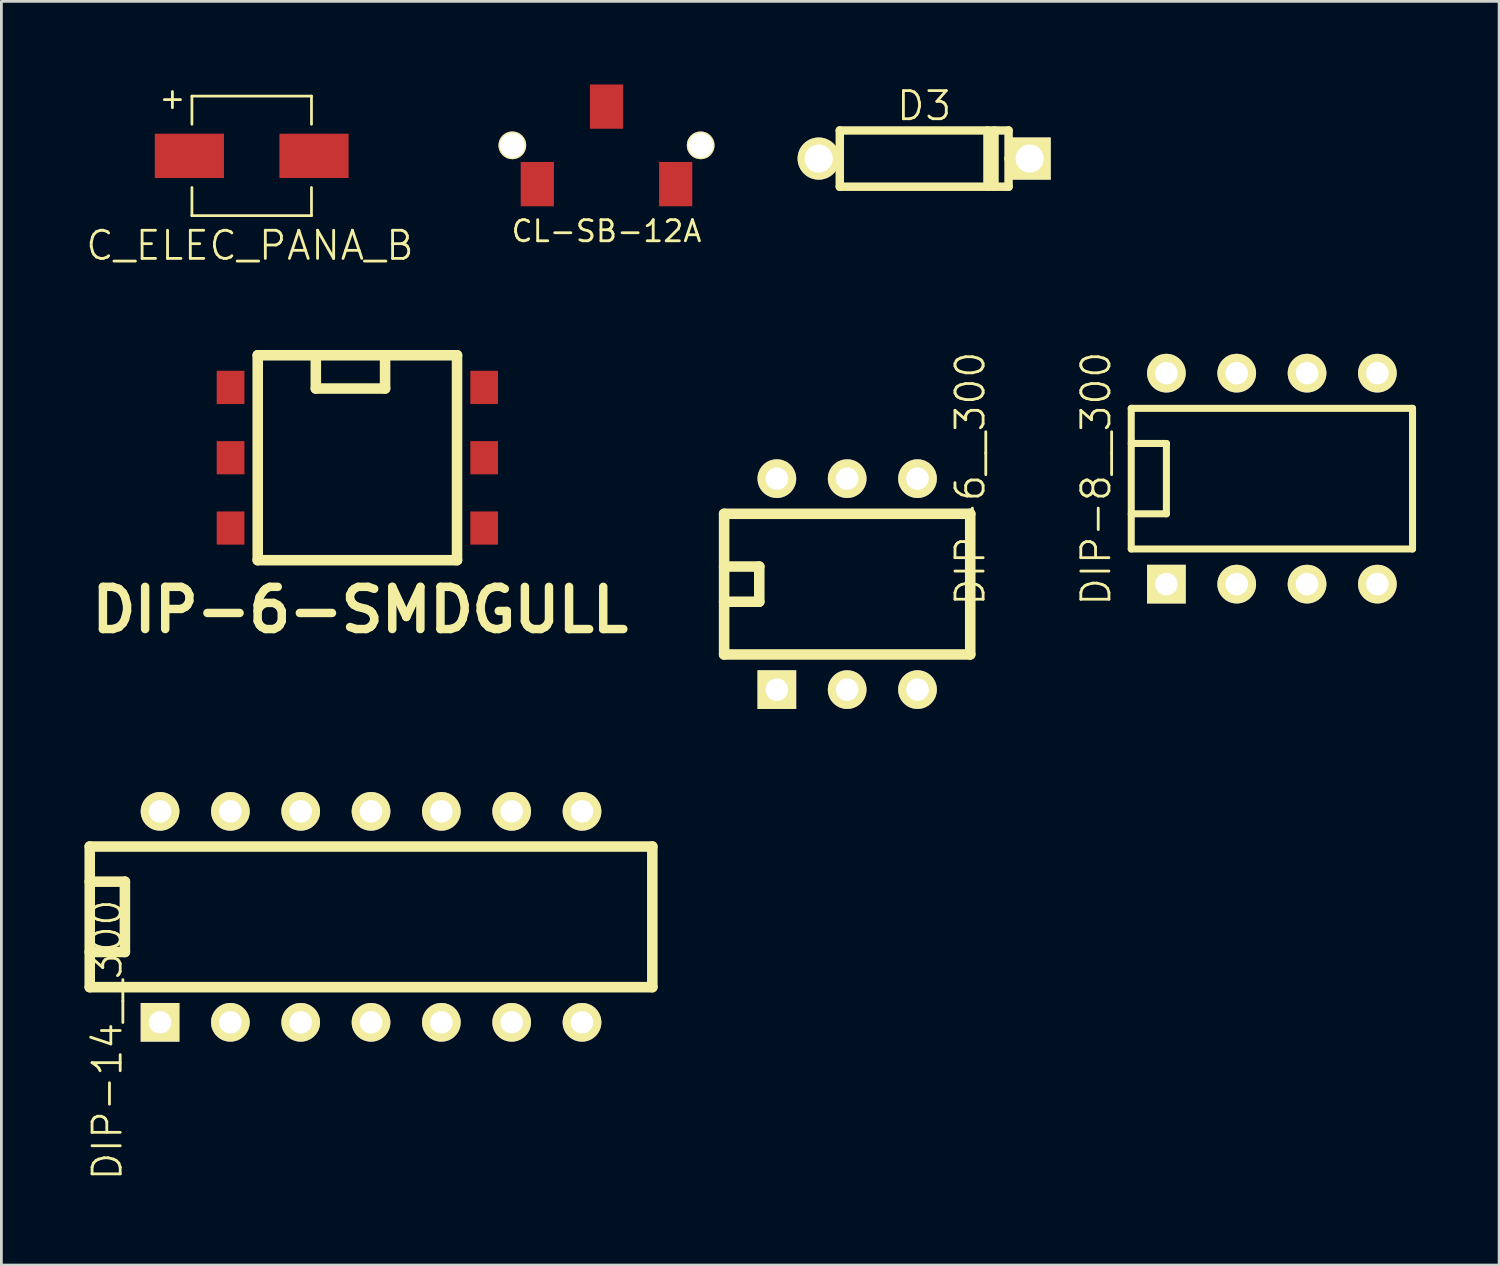
<source format=kicad_pcb>
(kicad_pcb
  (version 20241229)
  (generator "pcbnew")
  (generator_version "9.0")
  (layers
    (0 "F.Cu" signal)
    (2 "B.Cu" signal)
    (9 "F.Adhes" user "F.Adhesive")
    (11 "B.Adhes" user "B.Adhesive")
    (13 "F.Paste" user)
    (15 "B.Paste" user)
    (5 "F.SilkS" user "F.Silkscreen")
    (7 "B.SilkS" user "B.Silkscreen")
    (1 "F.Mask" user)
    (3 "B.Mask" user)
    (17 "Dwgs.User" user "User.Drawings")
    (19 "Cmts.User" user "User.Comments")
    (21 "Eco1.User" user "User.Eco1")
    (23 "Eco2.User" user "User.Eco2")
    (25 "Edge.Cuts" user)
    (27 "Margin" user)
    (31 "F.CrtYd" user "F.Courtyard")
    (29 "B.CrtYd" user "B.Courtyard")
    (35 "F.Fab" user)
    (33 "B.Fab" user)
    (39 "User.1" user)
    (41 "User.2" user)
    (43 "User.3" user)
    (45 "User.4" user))
  (footprint "DIP-6-SMDGULL"
    (layer "F.Cu")
    (at 9.858 13.482)
    (property "Reference" "DIP-6-SMDGULL" (at 0.099 5.499 0) (layer "F.SilkS") (effects (font (size 1.524 1.524) (thickness 0.305))))
    (attr through_hole)
    (fp_line (start -3.599 -3.701) (end 3.599 -3.701) (stroke (width 0.381) (type solid)) (layer "F.SilkS"))
    (fp_line (start -3.599 3.701) (end -3.599 -3.701) (stroke (width 0.381) (type solid)) (layer "F.SilkS"))
    (fp_line (start -1.501 -3.5) (end -1.501 -2.499) (stroke (width 0.381) (type solid)) (layer "F.SilkS"))
    (fp_line (start -1.501 -2.499) (end 1.001 -2.499) (stroke (width 0.381) (type solid)) (layer "F.SilkS"))
    (fp_line (start 1.001 -2.499) (end 1.001 -3.5) (stroke (width 0.381) (type solid)) (layer "F.SilkS"))
    (fp_line (start 3.599 -3.701) (end 3.599 3.701) (stroke (width 0.381) (type solid)) (layer "F.SilkS"))
    (fp_line (start 3.599 3.701) (end -3.599 3.701) (stroke (width 0.381) (type solid)) (layer "F.SilkS"))
    (pad "1" smd rect (at -4.58 -2.54) (size 1.001 1.199) (layers "F.Cu" "F.Mask" "F.Paste"))
    (pad "2" smd rect (at -4.58 0) (size 1.001 1.199) (layers "F.Cu" "F.Mask" "F.Paste"))
    (pad "3" smd rect (at -4.58 2.54) (size 1.001 1.199) (layers "F.Cu" "F.Mask" "F.Paste"))
    (pad "4" smd rect (at 4.58 2.54) (size 1.001 1.199) (layers "F.Cu" "F.Mask" "F.Paste"))
    (pad "5" smd rect (at 4.58 0) (size 1.001 1.199) (layers "F.Cu" "F.Mask" "F.Paste"))
    (pad "6" smd rect (at 4.58 -2.54) (size 1.001 1.199) (layers "F.Cu" "F.Mask" "F.Paste")))
  (footprint "DIP-14__300"
    (layer "F.Cu")
    (at 10.351 30.065)
    (property "Reference" "DIP-14__300" (at -9.525 4.445 90) (layer "F.SilkS") (effects (font (size 1.016 1.016) (thickness 0.102))))
    (attr through_hole)
    (fp_line (start -10.16 -2.54) (end 10.16 -2.54) (stroke (width 0.381) (type solid)) (layer "F.SilkS"))
    (fp_line (start -10.16 -1.27) (end -8.89 -1.27) (stroke (width 0.381) (type solid)) (layer "F.SilkS"))
    (fp_line (start -10.16 2.54) (end -10.16 -2.54) (stroke (width 0.381) (type solid)) (layer "F.SilkS"))
    (fp_line (start -8.89 -1.27) (end -8.89 1.27) (stroke (width 0.381) (type solid)) (layer "F.SilkS"))
    (fp_line (start -8.89 1.27) (end -10.16 1.27) (stroke (width 0.381) (type solid)) (layer "F.SilkS"))
    (fp_line (start 10.16 -2.54) (end 10.16 2.54) (stroke (width 0.381) (type solid)) (layer "F.SilkS"))
    (fp_line (start 10.16 2.54) (end -10.16 2.54) (stroke (width 0.381) (type solid)) (layer "F.SilkS"))
    (pad "1" thru_hole rect (at -7.62 3.81) (size 1.397 1.397) (drill 0.813) (layers "*.Cu" "*.Mask" "F.SilkS"))
    (pad "2" thru_hole circle (at -5.08 3.81) (size 1.397 1.397) (drill 0.813) (layers "*.Cu" "*.Mask" "F.SilkS"))
    (pad "3" thru_hole circle (at -2.54 3.81) (size 1.397 1.397) (drill 0.813) (layers "*.Cu" "*.Mask" "F.SilkS"))
    (pad "4" thru_hole circle (at 0 3.81) (size 1.397 1.397) (drill 0.813) (layers "*.Cu" "*.Mask" "F.SilkS"))
    (pad "5" thru_hole circle (at 2.54 3.81) (size 1.397 1.397) (drill 0.813) (layers "*.Cu" "*.Mask" "F.SilkS"))
    (pad "6" thru_hole circle (at 5.08 3.81) (size 1.397 1.397) (drill 0.813) (layers "*.Cu" "*.Mask" "F.SilkS"))
    (pad "7" thru_hole circle (at 7.62 3.81) (size 1.397 1.397) (drill 0.813) (layers "*.Cu" "*.Mask" "F.SilkS"))
    (pad "8" thru_hole circle (at 7.62 -3.81) (size 1.397 1.397) (drill 0.813) (layers "*.Cu" "*.Mask" "F.SilkS"))
    (pad "9" thru_hole circle (at 5.08 -3.81) (size 1.397 1.397) (drill 0.813) (layers "*.Cu" "*.Mask" "F.SilkS"))
    (pad "10" thru_hole circle (at 2.54 -3.81) (size 1.397 1.397) (drill 0.813) (layers "*.Cu" "*.Mask" "F.SilkS"))
    (pad "11" thru_hole circle (at 0 -3.81) (size 1.397 1.397) (drill 0.813) (layers "*.Cu" "*.Mask" "F.SilkS"))
    (pad "12" thru_hole circle (at -2.54 -3.81) (size 1.397 1.397) (drill 0.813) (layers "*.Cu" "*.Mask" "F.SilkS"))
    (pad "13" thru_hole circle (at -5.08 -3.81) (size 1.397 1.397) (drill 0.813) (layers "*.Cu" "*.Mask" "F.SilkS"))
    (pad "14" thru_hole circle (at -7.62 -3.81) (size 1.397 1.397) (drill 0.813) (layers "*.Cu" "*.Mask" "F.SilkS")))
  (footprint "C_ELEC_PANA_B"
    (layer "F.Cu")
    (at 5.977 2.516)
    (property "Reference" "C_ELEC_PANA_B" (at 0 3.302 0) (layer "F.SilkS") (effects (font (size 1.016 1.016) (thickness 0.102))))
    (attr through_hole)
    (fp_line (start -2.095 -2.095) (end 2.223 -2.095) (stroke (width 0.099) (type solid)) (layer "F.SilkS"))
    (fp_line (start -2.095 -1.079) (end -2.095 -2.095) (stroke (width 0.099) (type solid)) (layer "F.SilkS"))
    (fp_line (start -2.095 2.223) (end -2.095 1.206) (stroke (width 0.099) (type solid)) (layer "F.SilkS"))
    (fp_line (start -2.095 2.223) (end 2.223 2.223) (stroke (width 0.099) (type solid)) (layer "F.SilkS"))
    (fp_line (start 2.223 -2.095) (end 2.223 -1.079) (stroke (width 0.099) (type solid)) (layer "F.SilkS"))
    (fp_line (start 2.223 2.223) (end 2.223 1.206) (stroke (width 0.099) (type solid)) (layer "F.SilkS"))
    (fp_text user "+" (at -2.857 -1.968 90) (layer "F.SilkS") (effects (font (size 0.762 0.762) (thickness 0.102))))
    (pad "1" smd rect (at -2.187 0.064 90) (size 1.6 2.499) (layers "F.Cu" "F.Mask" "F.Paste"))
    (pad "2" smd rect (at 2.314 0.064 90) (size 1.6 2.499) (layers "F.Cu" "F.Mask" "F.Paste")))
  (footprint "D3"
    (layer "F.Cu")
    (at 30.33 2.678)
    (property "Reference" "D3" (at 0 -1.905 0) (layer "F.SilkS") (effects (font (size 1.016 1.016) (thickness 0.102))))
    (attr through_hole)
    (fp_line (start -3.048 -1.016) (end -3.048 0) (stroke (width 0.305) (type solid)) (layer "F.SilkS"))
    (fp_line (start -3.048 0) (end -3.81 0) (stroke (width 0.305) (type solid)) (layer "F.SilkS"))
    (fp_line (start -3.048 0) (end -3.048 1.016) (stroke (width 0.305) (type solid)) (layer "F.SilkS"))
    (fp_line (start -3.048 1.016) (end 3.048 1.016) (stroke (width 0.305) (type solid)) (layer "F.SilkS"))
    (fp_line (start 2.286 1.016) (end 2.286 -1.016) (stroke (width 0.305) (type solid)) (layer "F.SilkS"))
    (fp_line (start 2.54 -1.016) (end 2.54 1.016) (stroke (width 0.305) (type solid)) (layer "F.SilkS"))
    (fp_line (start 3.048 -1.016) (end -3.048 -1.016) (stroke (width 0.305) (type solid)) (layer "F.SilkS"))
    (fp_line (start 3.048 0) (end 3.048 -1.016) (stroke (width 0.305) (type solid)) (layer "F.SilkS"))
    (fp_line (start 3.048 1.016) (end 3.048 0) (stroke (width 0.305) (type solid)) (layer "F.SilkS"))
    (fp_line (start 3.81 0) (end 3.048 0) (stroke (width 0.305) (type solid)) (layer "F.SilkS"))
    (pad "1" thru_hole circle (at -3.81 0) (size 1.524 1.524) (drill 1.016) (layers "*.Cu" "*.Mask" "F.SilkS"))
    (pad "2" thru_hole rect (at 3.81 0) (size 1.524 1.524) (drill 1.016) (layers "*.Cu" "*.Mask" "F.SilkS")))
  (footprint "DIP-8__300"
    (layer "F.Cu")
    (at 42.889 14.238)
    (property "Reference" "DIP-8__300" (at -6.35 0 90) (layer "F.SilkS") (effects (font (size 1.016 1.016) (thickness 0.102))))
    (attr through_hole)
    (fp_line (start -5.08 -2.54) (end 5.08 -2.54) (stroke (width 0.254) (type solid)) (layer "F.SilkS"))
    (fp_line (start -5.08 -1.27) (end -3.81 -1.27) (stroke (width 0.254) (type solid)) (layer "F.SilkS"))
    (fp_line (start -5.08 2.54) (end -5.08 -2.54) (stroke (width 0.254) (type solid)) (layer "F.SilkS"))
    (fp_line (start -3.81 -1.27) (end -3.81 1.27) (stroke (width 0.254) (type solid)) (layer "F.SilkS"))
    (fp_line (start -3.81 1.27) (end -5.08 1.27) (stroke (width 0.254) (type solid)) (layer "F.SilkS"))
    (fp_line (start 5.08 -2.54) (end 5.08 2.54) (stroke (width 0.254) (type solid)) (layer "F.SilkS"))
    (fp_line (start 5.08 2.54) (end -5.08 2.54) (stroke (width 0.254) (type solid)) (layer "F.SilkS"))
    (pad "1" thru_hole rect (at -3.81 3.81) (size 1.397 1.397) (drill 0.813) (layers "*.Cu" "*.Mask" "F.SilkS"))
    (pad "2" thru_hole circle (at -1.27 3.81) (size 1.397 1.397) (drill 0.813) (layers "*.Cu" "*.Mask" "F.SilkS"))
    (pad "3" thru_hole circle (at 1.27 3.81) (size 1.397 1.397) (drill 0.813) (layers "*.Cu" "*.Mask" "F.SilkS"))
    (pad "4" thru_hole circle (at 3.81 3.81) (size 1.397 1.397) (drill 0.813) (layers "*.Cu" "*.Mask" "F.SilkS"))
    (pad "5" thru_hole circle (at 3.81 -3.81) (size 1.397 1.397) (drill 0.813) (layers "*.Cu" "*.Mask" "F.SilkS"))
    (pad "6" thru_hole circle (at 1.27 -3.81) (size 1.397 1.397) (drill 0.813) (layers "*.Cu" "*.Mask" "F.SilkS"))
    (pad "7" thru_hole circle (at -1.27 -3.81) (size 1.397 1.397) (drill 0.813) (layers "*.Cu" "*.Mask" "F.SilkS"))
    (pad "8" thru_hole circle (at -3.81 -3.81) (size 1.397 1.397) (drill 0.813) (layers "*.Cu" "*.Mask" "F.SilkS")))
  (footprint "CL-SB-12A"
    (layer "F.Cu")
    (at 18.856 2.2)
    (property "Reference" "CL-SB-12A" (at 0 3.099 0) (layer "F.SilkS") (effects (font (size 0.762 0.762) (thickness 0.102))))
    (attr through_hole)
    (pad "" thru_hole circle (at -3.401 0) (size 1.001 1.001) (drill 0.899) (layers "*.Cu" "*.Mask" "F.SilkS"))
    (pad "" thru_hole circle (at 3.401 0) (size 1.001 1.001) (drill 0.899) (layers "*.Cu" "*.Mask" "F.SilkS"))
    (pad "1" smd rect (at -2.499 1.4) (size 1.199 1.6) (layers "F.Cu" "F.Mask" "F.Paste"))
    (pad "2" smd rect (at 0 -1.4) (size 1.199 1.6) (layers "F.Cu" "F.Mask" "F.Paste"))
    (pad "3" smd rect (at 2.499 1.4) (size 1.199 1.6) (layers "F.Cu" "F.Mask" "F.Paste")))
  (footprint "DIP-6__300"
    (layer "F.Cu")
    (at 27.549 18.048)
    (property "Reference" "DIP-6__300" (at 4.445 -3.81 90) (layer "F.SilkS") (effects (font (size 1.016 1.016) (thickness 0.102))))
    (attr through_hole)
    (fp_line (start -4.445 -2.54) (end 4.445 -2.54) (stroke (width 0.381) (type solid)) (layer "F.SilkS"))
    (fp_line (start -4.445 -0.635) (end -3.175 -0.635) (stroke (width 0.381) (type solid)) (layer "F.SilkS"))
    (fp_line (start -4.445 2.54) (end -4.445 -2.54) (stroke (width 0.381) (type solid)) (layer "F.SilkS"))
    (fp_line (start -3.175 -0.635) (end -3.175 0.635) (stroke (width 0.381) (type solid)) (layer "F.SilkS"))
    (fp_line (start -3.175 0.635) (end -4.445 0.635) (stroke (width 0.381) (type solid)) (layer "F.SilkS"))
    (fp_line (start 4.445 -2.54) (end 4.445 2.54) (stroke (width 0.381) (type solid)) (layer "F.SilkS"))
    (fp_line (start 4.445 2.54) (end -4.445 2.54) (stroke (width 0.381) (type solid)) (layer "F.SilkS"))
    (pad "1" thru_hole rect (at -2.54 3.81) (size 1.397 1.397) (drill 0.813) (layers "*.Cu" "*.Mask" "F.SilkS"))
    (pad "2" thru_hole circle (at 0 3.81) (size 1.397 1.397) (drill 0.813) (layers "*.Cu" "*.Mask" "F.SilkS"))
    (pad "3" thru_hole circle (at 2.54 3.81) (size 1.397 1.397) (drill 0.813) (layers "*.Cu" "*.Mask" "F.SilkS"))
    (pad "4" thru_hole circle (at 2.54 -3.81) (size 1.397 1.397) (drill 0.813) (layers "*.Cu" "*.Mask" "F.SilkS"))
    (pad "5" thru_hole circle (at 0 -3.81) (size 1.397 1.397) (drill 0.813) (layers "*.Cu" "*.Mask" "F.SilkS"))
    (pad "6" thru_hole circle (at -2.54 -3.81) (size 1.397 1.397) (drill 0.813) (layers "*.Cu" "*.Mask" "F.SilkS")))
  (gr_rect
    (start -3 -3)
    (end 51.096 42.641)
    (stroke (width 0.1) (type default))
    (fill no)
    (layer "Edge.Cuts")))
</source>
